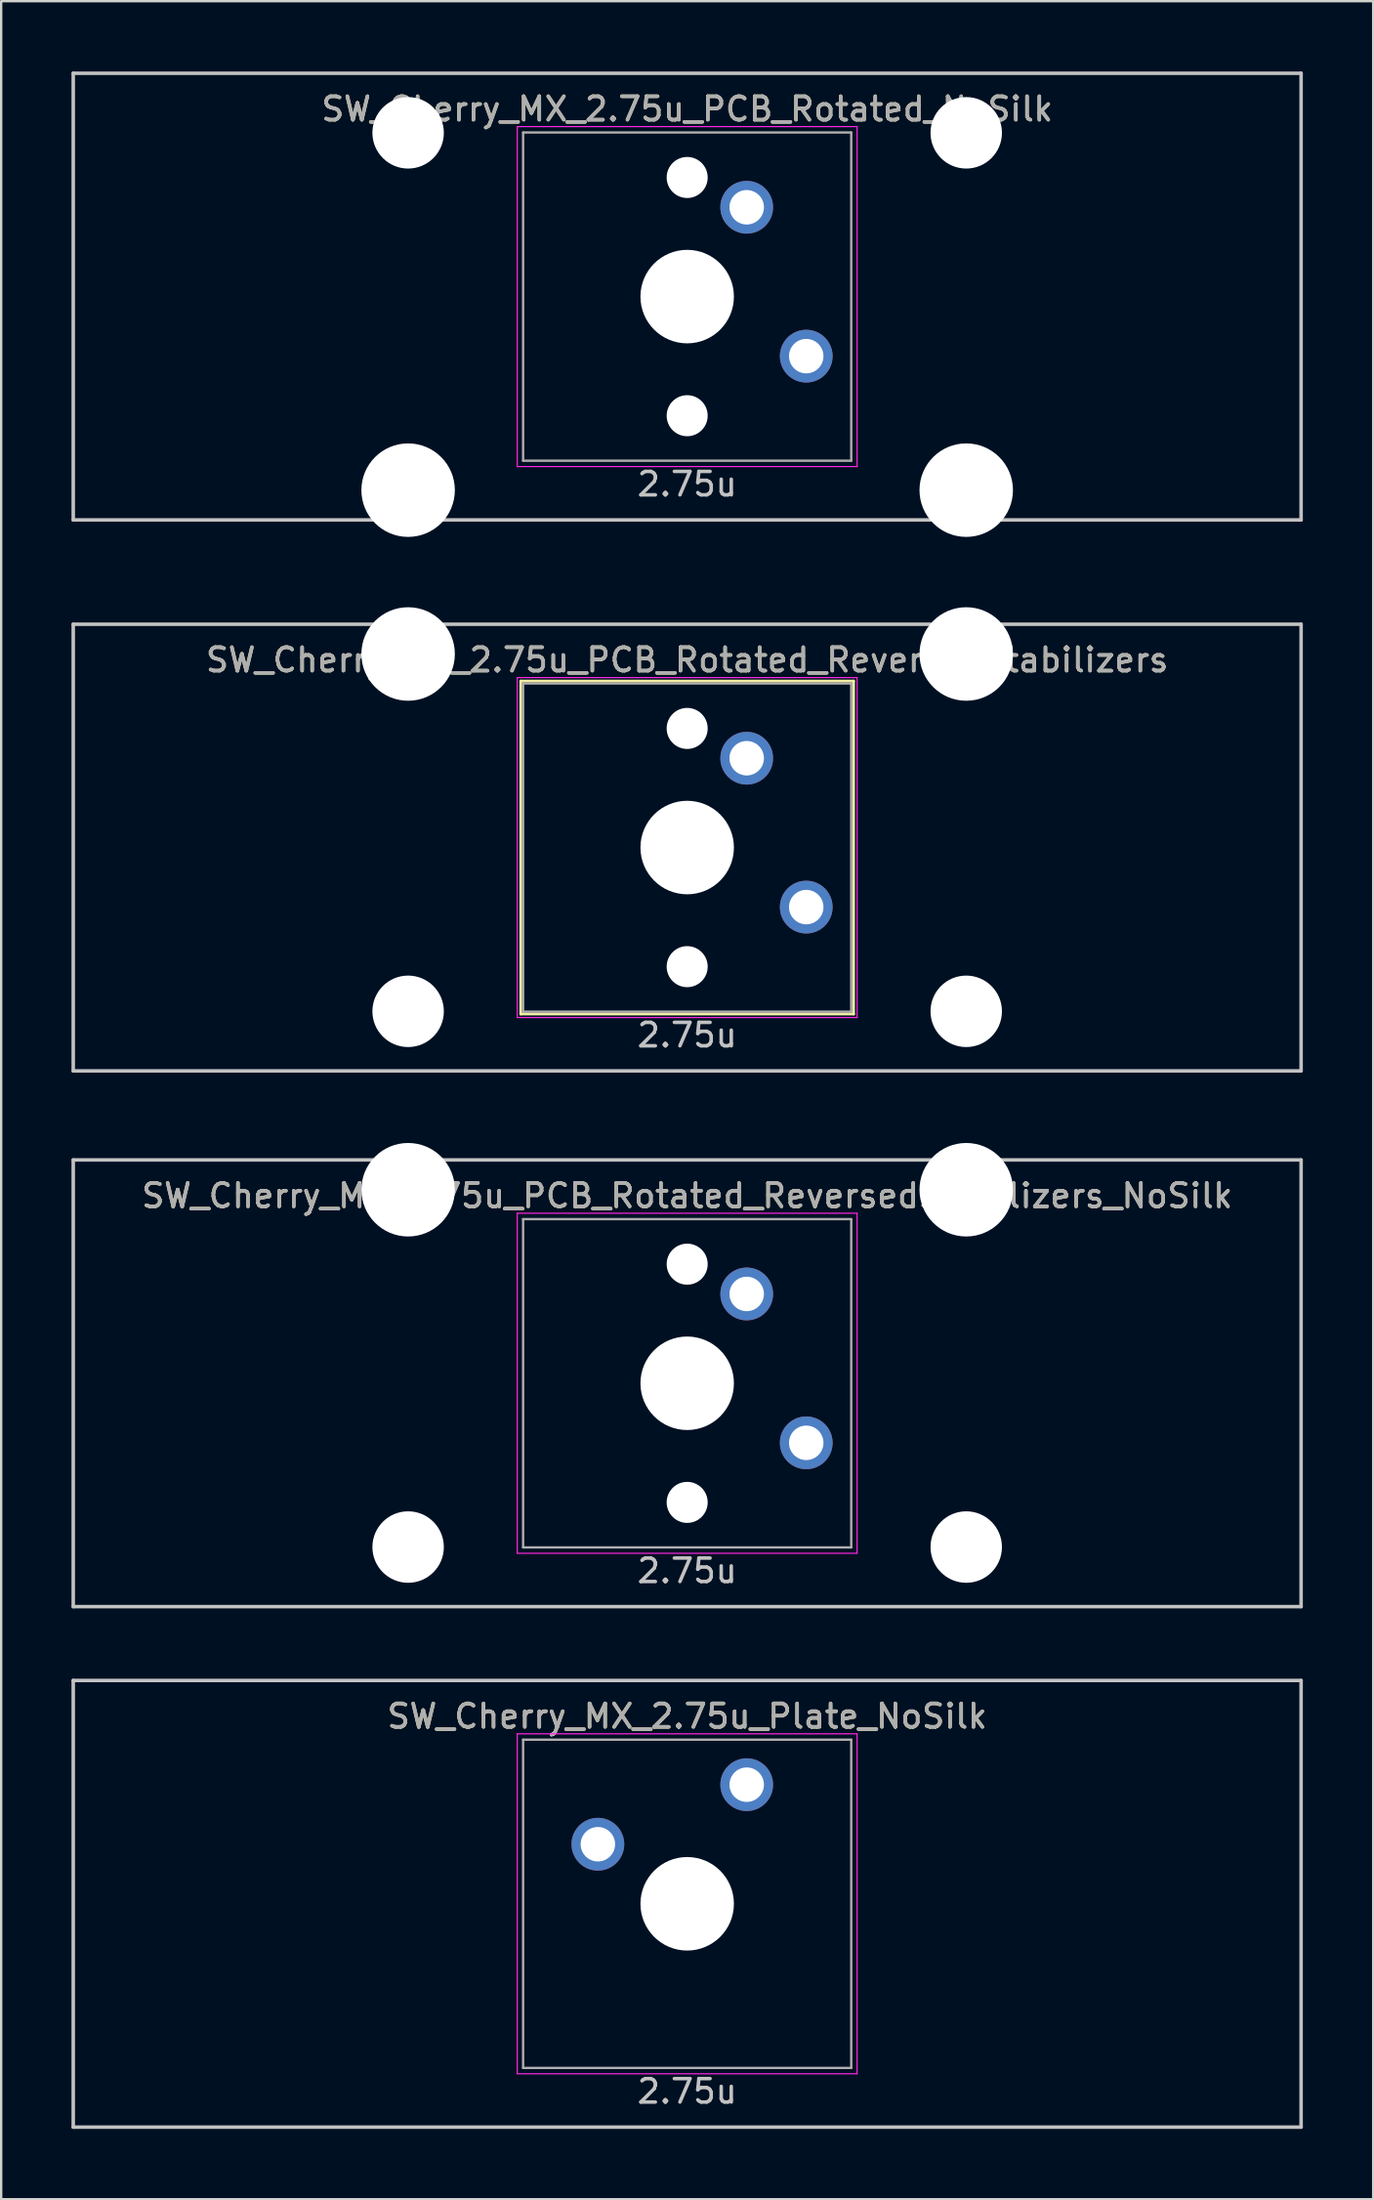
<source format=kicad_pcb>
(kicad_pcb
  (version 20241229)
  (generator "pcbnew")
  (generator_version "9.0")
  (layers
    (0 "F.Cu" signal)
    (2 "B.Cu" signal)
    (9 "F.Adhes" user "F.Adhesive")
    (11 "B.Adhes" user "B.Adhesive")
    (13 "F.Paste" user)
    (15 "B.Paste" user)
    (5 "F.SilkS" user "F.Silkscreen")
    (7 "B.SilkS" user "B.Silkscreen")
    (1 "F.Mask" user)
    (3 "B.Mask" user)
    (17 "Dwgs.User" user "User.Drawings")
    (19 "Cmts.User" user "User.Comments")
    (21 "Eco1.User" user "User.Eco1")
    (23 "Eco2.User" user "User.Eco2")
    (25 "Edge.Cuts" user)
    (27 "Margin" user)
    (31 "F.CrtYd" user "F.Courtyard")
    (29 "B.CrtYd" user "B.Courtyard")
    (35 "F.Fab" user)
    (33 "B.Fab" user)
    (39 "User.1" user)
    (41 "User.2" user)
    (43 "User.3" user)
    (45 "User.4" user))
  (footprint "SW_Cherry_MX_2.75u_Plate_NoSilk"
    (layer "F.Cu")
    (at 26.269 78.147)
    (property "Reference" "SW_Cherry_MX_2.75u_Plate_NoSilk" (at 0 -8 0) (layer "F.SilkS") (effects (font (size 1 1) (thickness 0.15))))
    (attr through_hole)
    (fp_line (start -26.194 -9.525) (end 26.194 -9.525) (stroke (width 0.15) (type solid)) (layer "Dwgs.User"))
    (fp_line (start -26.194 9.525) (end -26.194 -9.525) (stroke (width 0.15) (type solid)) (layer "Dwgs.User"))
    (fp_line (start -26.194 9.525) (end 26.194 9.525) (stroke (width 0.15) (type solid)) (layer "Dwgs.User"))
    (fp_line (start 26.194 -9.525) (end 26.194 9.525) (stroke (width 0.15) (type solid)) (layer "Dwgs.User"))
    (fp_line (start -7.25 -7.25) (end 7.25 -7.25) (stroke (width 0.05) (type solid)) (layer "F.CrtYd"))
    (fp_line (start -7.25 7.25) (end -7.25 -7.25) (stroke (width 0.05) (type solid)) (layer "F.CrtYd"))
    (fp_line (start 7.25 -7.25) (end 7.25 7.25) (stroke (width 0.05) (type solid)) (layer "F.CrtYd"))
    (fp_line (start 7.25 7.25) (end -7.25 7.25) (stroke (width 0.05) (type solid)) (layer "F.CrtYd"))
    (fp_line (start -7 -7) (end 7 -7) (stroke (width 0.1) (type solid)) (layer "F.Fab"))
    (fp_line (start -7 7) (end -7 -7) (stroke (width 0.1) (type solid)) (layer "F.Fab"))
    (fp_line (start 7 -7) (end 7 7) (stroke (width 0.1) (type solid)) (layer "F.Fab"))
    (fp_line (start 7 7) (end -7 7) (stroke (width 0.1) (type solid)) (layer "F.Fab"))
    (fp_text user "2.75u" (at 0 8 0) (layer "Dwgs.User") (effects (font (size 1 1) (thickness 0.15))))
    (fp_text user "${REFERENCE}" (at 0 -8 0) (layer "F.Fab") (effects (font (size 1 1) (thickness 0.15))))
    (pad "" np_thru_hole circle (at 0 0) (size 3.988 3.988) (drill 3.988) (layers "*.Cu" "*.Mask"))
    (pad "1" thru_hole circle (at -3.81 -2.54) (size 2.25 2.25) (drill 1.47) (layers "*.Cu" "B.Mask"))
    (pad "2" thru_hole circle (at 2.54 -5.08) (size 2.25 2.25) (drill 1.47) (layers "*.Cu" "B.Mask")))
  (footprint "SW_Cherry_MX_2.75u_PCB_Rotated_ReversedStabilizers"
    (layer "F.Cu")
    (at 26.269 33.098)
    (property "Reference" "SW_Cherry_MX_2.75u_PCB_Rotated_ReversedStabilizers" (at 0 -8 0) (layer "F.SilkS") (effects (font (size 1 1) (thickness 0.15))))
    (attr through_hole)
    (fp_line (start -7.1 -7.1) (end 7.1 -7.1) (stroke (width 0.12) (type solid)) (layer "F.SilkS"))
    (fp_line (start -7.1 7.1) (end -7.1 -7.1) (stroke (width 0.12) (type solid)) (layer "F.SilkS"))
    (fp_line (start 7.1 -7.1) (end 7.1 7.1) (stroke (width 0.12) (type solid)) (layer "F.SilkS"))
    (fp_line (start 7.1 7.1) (end -7.1 7.1) (stroke (width 0.12) (type solid)) (layer "F.SilkS"))
    (fp_line (start -26.194 -9.525) (end 26.194 -9.525) (stroke (width 0.15) (type solid)) (layer "Dwgs.User"))
    (fp_line (start -26.194 9.525) (end -26.194 -9.525) (stroke (width 0.15) (type solid)) (layer "Dwgs.User"))
    (fp_line (start -26.194 9.525) (end 26.194 9.525) (stroke (width 0.15) (type solid)) (layer "Dwgs.User"))
    (fp_line (start 26.194 -9.525) (end 26.194 9.525) (stroke (width 0.15) (type solid)) (layer "Dwgs.User"))
    (fp_line (start -7.25 -7.25) (end 7.25 -7.25) (stroke (width 0.05) (type solid)) (layer "F.CrtYd"))
    (fp_line (start -7.25 7.25) (end -7.25 -7.25) (stroke (width 0.05) (type solid)) (layer "F.CrtYd"))
    (fp_line (start 7.25 -7.25) (end 7.25 7.25) (stroke (width 0.05) (type solid)) (layer "F.CrtYd"))
    (fp_line (start 7.25 7.25) (end -7.25 7.25) (stroke (width 0.05) (type solid)) (layer "F.CrtYd"))
    (fp_line (start -7 -7) (end 7 -7) (stroke (width 0.1) (type solid)) (layer "F.Fab"))
    (fp_line (start -7 7) (end -7 -7) (stroke (width 0.1) (type solid)) (layer "F.Fab"))
    (fp_line (start 7 -7) (end 7 7) (stroke (width 0.1) (type solid)) (layer "F.Fab"))
    (fp_line (start 7 7) (end -7 7) (stroke (width 0.1) (type solid)) (layer "F.Fab"))
    (fp_text user "2.75u" (at 0 8 0) (layer "Dwgs.User") (effects (font (size 1 1) (thickness 0.15))))
    (fp_text user "${REFERENCE}" (at 0 -8 0) (layer "F.Fab") (effects (font (size 1 1) (thickness 0.15))))
    (pad "" np_thru_hole circle (at -11.906 -8.255) (size 3.988 3.988) (drill 3.988) (layers "*.Cu" "*.Mask"))
    (pad "" np_thru_hole circle (at -11.906 6.985) (size 3.048 3.048) (drill 3.048) (layers "*.Cu" "*.Mask"))
    (pad "" np_thru_hole circle (at 0 -5.08 318.1) (size 1.75 1.75) (drill 1.75) (layers "*.Cu" "*.Mask"))
    (pad "" np_thru_hole circle (at 0 0 270) (size 3.988 3.988) (drill 3.988) (layers "*.Cu" "*.Mask"))
    (pad "" np_thru_hole circle (at 0 5.08 318.1) (size 1.75 1.75) (drill 1.75) (layers "*.Cu" "*.Mask"))
    (pad "" np_thru_hole circle (at 11.906 -8.255) (size 3.988 3.988) (drill 3.988) (layers "*.Cu" "*.Mask"))
    (pad "" np_thru_hole circle (at 11.906 6.985) (size 3.048 3.048) (drill 3.048) (layers "*.Cu" "*.Mask"))
    (pad "1" thru_hole circle (at 2.54 -3.81 270) (size 2.25 2.25) (drill 1.47) (layers "*.Cu" "B.Mask"))
    (pad "2" thru_hole circle (at 5.08 2.54 270) (size 2.25 2.25) (drill 1.47) (layers "*.Cu" "B.Mask")))
  (footprint "SW_Cherry_MX_2.75u_PCB_Rotated_NoSilk"
    (layer "F.Cu")
    (at 26.269 9.6)
    (property "Reference" "SW_Cherry_MX_2.75u_PCB_Rotated_NoSilk" (at 0 -8 0) (layer "F.SilkS") (effects (font (size 1 1) (thickness 0.15))))
    (attr through_hole)
    (fp_line (start -26.194 -9.525) (end 26.194 -9.525) (stroke (width 0.15) (type solid)) (layer "Dwgs.User"))
    (fp_line (start -26.194 9.525) (end -26.194 -9.525) (stroke (width 0.15) (type solid)) (layer "Dwgs.User"))
    (fp_line (start -26.194 9.525) (end 26.194 9.525) (stroke (width 0.15) (type solid)) (layer "Dwgs.User"))
    (fp_line (start 26.194 -9.525) (end 26.194 9.525) (stroke (width 0.15) (type solid)) (layer "Dwgs.User"))
    (fp_line (start -7.25 -7.25) (end 7.25 -7.25) (stroke (width 0.05) (type solid)) (layer "F.CrtYd"))
    (fp_line (start -7.25 7.25) (end -7.25 -7.25) (stroke (width 0.05) (type solid)) (layer "F.CrtYd"))
    (fp_line (start 7.25 -7.25) (end 7.25 7.25) (stroke (width 0.05) (type solid)) (layer "F.CrtYd"))
    (fp_line (start 7.25 7.25) (end -7.25 7.25) (stroke (width 0.05) (type solid)) (layer "F.CrtYd"))
    (fp_line (start -7 -7) (end 7 -7) (stroke (width 0.1) (type solid)) (layer "F.Fab"))
    (fp_line (start -7 7) (end -7 -7) (stroke (width 0.1) (type solid)) (layer "F.Fab"))
    (fp_line (start 7 -7) (end 7 7) (stroke (width 0.1) (type solid)) (layer "F.Fab"))
    (fp_line (start 7 7) (end -7 7) (stroke (width 0.1) (type solid)) (layer "F.Fab"))
    (fp_text user "2.75u" (at 0 8 0) (layer "Dwgs.User") (effects (font (size 1 1) (thickness 0.15))))
    (fp_text user "${REFERENCE}" (at 0 -8 0) (layer "F.Fab") (effects (font (size 1 1) (thickness 0.15))))
    (pad "" np_thru_hole circle (at -11.906 -6.985) (size 3.048 3.048) (drill 3.048) (layers "*.Cu" "*.Mask"))
    (pad "" np_thru_hole circle (at -11.906 8.255) (size 3.988 3.988) (drill 3.988) (layers "*.Cu" "*.Mask"))
    (pad "" np_thru_hole circle (at 0 -5.08 318.1) (size 1.75 1.75) (drill 1.75) (layers "*.Cu" "*.Mask"))
    (pad "" np_thru_hole circle (at 0 0 270) (size 3.988 3.988) (drill 3.988) (layers "*.Cu" "*.Mask"))
    (pad "" np_thru_hole circle (at 0 5.08 318.1) (size 1.75 1.75) (drill 1.75) (layers "*.Cu" "*.Mask"))
    (pad "" np_thru_hole circle (at 11.906 -6.985) (size 3.048 3.048) (drill 3.048) (layers "*.Cu" "*.Mask"))
    (pad "" np_thru_hole circle (at 11.906 8.255) (size 3.988 3.988) (drill 3.988) (layers "*.Cu" "*.Mask"))
    (pad "1" thru_hole circle (at 2.54 -3.81 270) (size 2.25 2.25) (drill 1.47) (layers "*.Cu" "B.Mask"))
    (pad "2" thru_hole circle (at 5.08 2.54 270) (size 2.25 2.25) (drill 1.47) (layers "*.Cu" "B.Mask")))
  (footprint "SW_Cherry_MX_2.75u_PCB_Rotated_ReversedStabilizers_NoSilk"
    (layer "F.Cu")
    (at 26.269 55.947)
    (property "Reference" "SW_Cherry_MX_2.75u_PCB_Rotated_ReversedStabilizers_NoSilk" (at 0 -8 0) (layer "F.SilkS") (effects (font (size 1 1) (thickness 0.15))))
    (attr through_hole)
    (fp_line (start -26.194 -9.525) (end 26.194 -9.525) (stroke (width 0.15) (type solid)) (layer "Dwgs.User"))
    (fp_line (start -26.194 9.525) (end -26.194 -9.525) (stroke (width 0.15) (type solid)) (layer "Dwgs.User"))
    (fp_line (start -26.194 9.525) (end 26.194 9.525) (stroke (width 0.15) (type solid)) (layer "Dwgs.User"))
    (fp_line (start 26.194 -9.525) (end 26.194 9.525) (stroke (width 0.15) (type solid)) (layer "Dwgs.User"))
    (fp_line (start -7.25 -7.25) (end 7.25 -7.25) (stroke (width 0.05) (type solid)) (layer "F.CrtYd"))
    (fp_line (start -7.25 7.25) (end -7.25 -7.25) (stroke (width 0.05) (type solid)) (layer "F.CrtYd"))
    (fp_line (start 7.25 -7.25) (end 7.25 7.25) (stroke (width 0.05) (type solid)) (layer "F.CrtYd"))
    (fp_line (start 7.25 7.25) (end -7.25 7.25) (stroke (width 0.05) (type solid)) (layer "F.CrtYd"))
    (fp_line (start -7 -7) (end 7 -7) (stroke (width 0.1) (type solid)) (layer "F.Fab"))
    (fp_line (start -7 7) (end -7 -7) (stroke (width 0.1) (type solid)) (layer "F.Fab"))
    (fp_line (start 7 -7) (end 7 7) (stroke (width 0.1) (type solid)) (layer "F.Fab"))
    (fp_line (start 7 7) (end -7 7) (stroke (width 0.1) (type solid)) (layer "F.Fab"))
    (fp_text user "2.75u" (at 0 8 0) (layer "Dwgs.User") (effects (font (size 1 1) (thickness 0.15))))
    (fp_text user "${REFERENCE}" (at 0 -8 0) (layer "F.Fab") (effects (font (size 1 1) (thickness 0.15))))
    (pad "" np_thru_hole circle (at -11.906 -8.255) (size 3.988 3.988) (drill 3.988) (layers "*.Cu" "*.Mask"))
    (pad "" np_thru_hole circle (at -11.906 6.985) (size 3.048 3.048) (drill 3.048) (layers "*.Cu" "*.Mask"))
    (pad "" np_thru_hole circle (at 0 -5.08 318.1) (size 1.75 1.75) (drill 1.75) (layers "*.Cu" "*.Mask"))
    (pad "" np_thru_hole circle (at 0 0 270) (size 3.988 3.988) (drill 3.988) (layers "*.Cu" "*.Mask"))
    (pad "" np_thru_hole circle (at 0 5.08 318.1) (size 1.75 1.75) (drill 1.75) (layers "*.Cu" "*.Mask"))
    (pad "" np_thru_hole circle (at 11.906 -8.255) (size 3.988 3.988) (drill 3.988) (layers "*.Cu" "*.Mask"))
    (pad "" np_thru_hole circle (at 11.906 6.985) (size 3.048 3.048) (drill 3.048) (layers "*.Cu" "*.Mask"))
    (pad "1" thru_hole circle (at 2.54 -3.81 270) (size 2.25 2.25) (drill 1.47) (layers "*.Cu" "B.Mask"))
    (pad "2" thru_hole circle (at 5.08 2.54 270) (size 2.25 2.25) (drill 1.47) (layers "*.Cu" "B.Mask")))
  (gr_rect
    (start -3 -3)
    (end 55.538 90.747)
    (stroke (width 0.1) (type default))
    (fill no)
    (layer "Edge.Cuts")))
</source>
